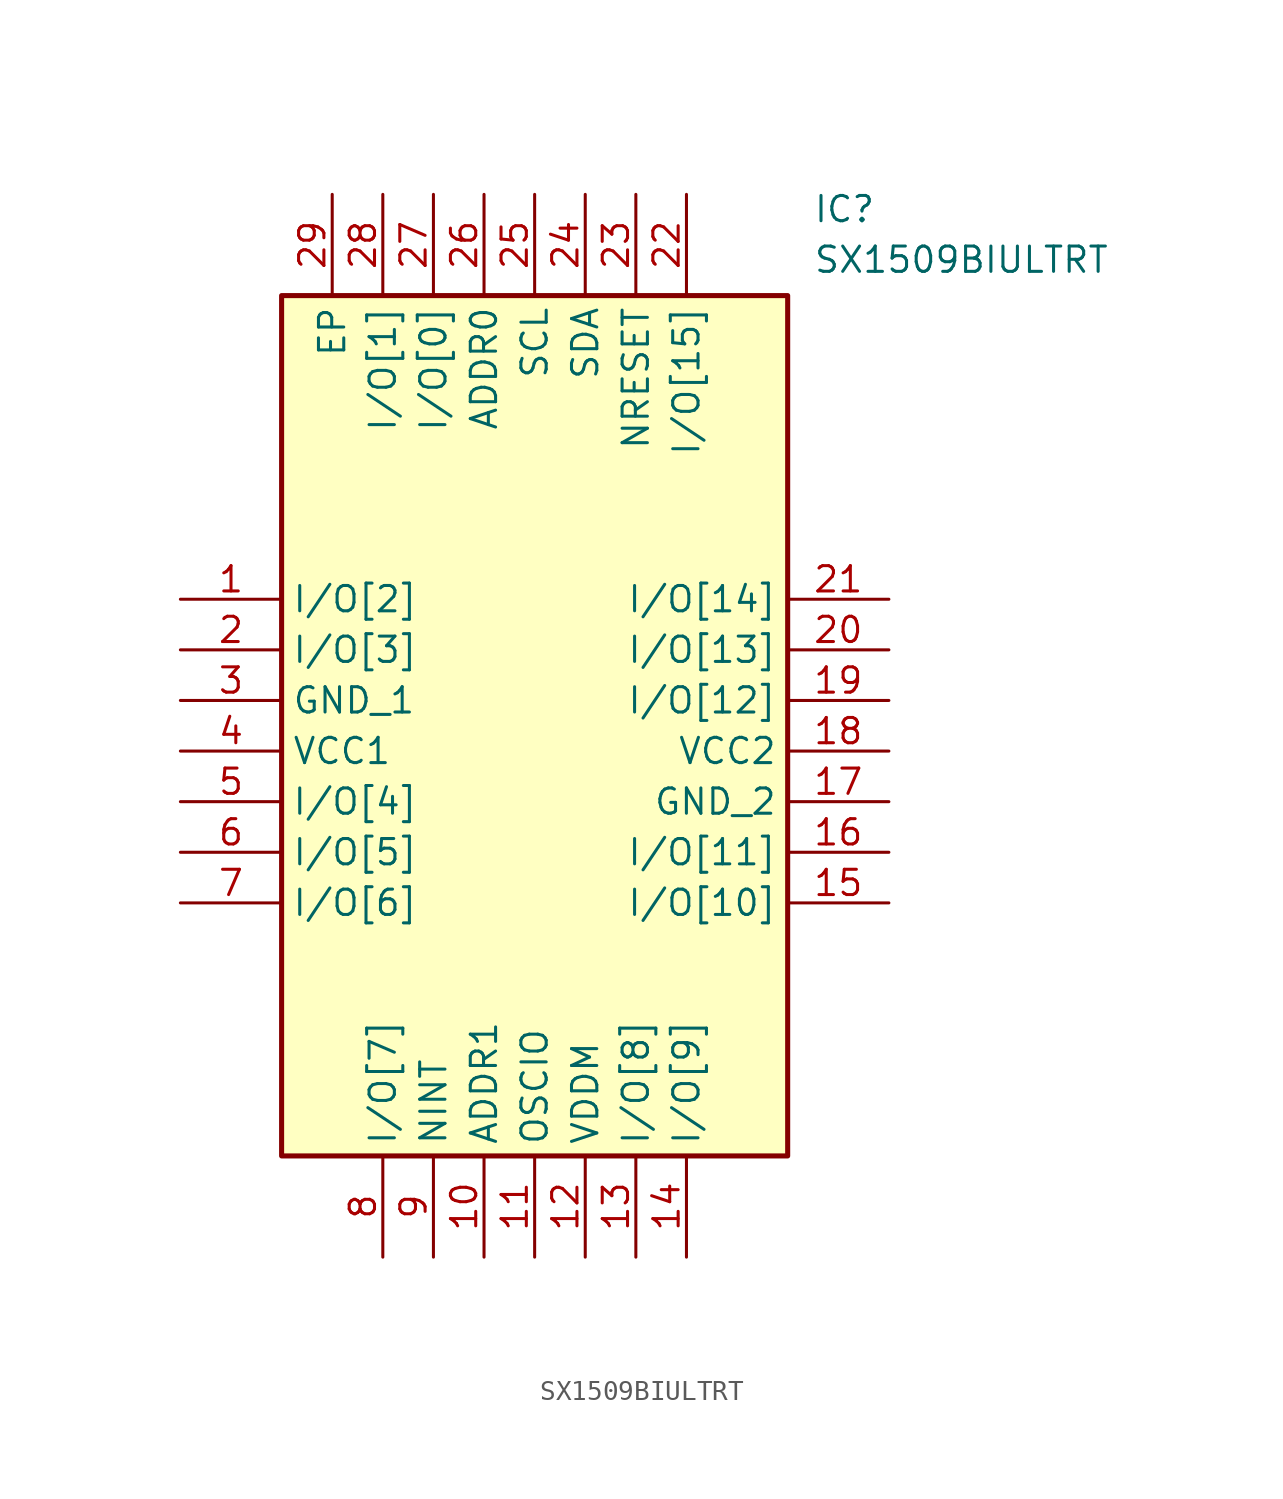
<source format=kicad_sym>
(kicad_symbol_lib
  (version 20211014)
  (generator SamacSys_ECAD_Model)
  (symbol "SX1509BIULTRT"
    (property "Reference" "IC"
      (at 31.75 20.32 0)
      (effects (font (size 1.27 1.27)) (justify left top)))
    (property "Value" "SX1509BIULTRT"
      (at 31.75 17.78 0)
      (effects (font (size 1.27 1.27)) (justify left top)))
    (rectangle
      (start 5.08 15.24)
      (end 30.48 -27.94)
      (stroke (width 0.254) (type default))
      (fill (type background)))
    (pin passive line
      (at 0 0 0)
      (length 5.08)
      (name "I/O[2]" (effects (font (size 1.27 1.27))))
      (number "1" (effects (font (size 1.27 1.27)))))
    (pin passive line
      (at 0 -2.54 0)
      (length 5.08)
      (name "I/O[3]" (effects (font (size 1.27 1.27))))
      (number "2" (effects (font (size 1.27 1.27)))))
    (pin passive line
      (at 0 -5.08 0)
      (length 5.08)
      (name "GND_1" (effects (font (size 1.27 1.27))))
      (number "3" (effects (font (size 1.27 1.27)))))
    (pin passive line
      (at 0 -7.62 0)
      (length 5.08)
      (name "VCC1" (effects (font (size 1.27 1.27))))
      (number "4" (effects (font (size 1.27 1.27)))))
    (pin passive line
      (at 0 -10.16 0)
      (length 5.08)
      (name "I/O[4]" (effects (font (size 1.27 1.27))))
      (number "5" (effects (font (size 1.27 1.27)))))
    (pin passive line
      (at 0 -12.7 0)
      (length 5.08)
      (name "I/O[5]" (effects (font (size 1.27 1.27))))
      (number "6" (effects (font (size 1.27 1.27)))))
    (pin passive line
      (at 0 -15.24 0)
      (length 5.08)
      (name "I/O[6]" (effects (font (size 1.27 1.27))))
      (number "7" (effects (font (size 1.27 1.27)))))
    (pin passive line
      (at 10.16 -33.02 90)
      (length 5.08)
      (name "I/O[7]" (effects (font (size 1.27 1.27))))
      (number "8" (effects (font (size 1.27 1.27)))))
    (pin passive line
      (at 12.7 -33.02 90)
      (length 5.08)
      (name "NINT" (effects (font (size 1.27 1.27))))
      (number "9" (effects (font (size 1.27 1.27)))))
    (pin passive line
      (at 15.24 -33.02 90)
      (length 5.08)
      (name "ADDR1" (effects (font (size 1.27 1.27))))
      (number "10" (effects (font (size 1.27 1.27)))))
    (pin passive line
      (at 17.78 -33.02 90)
      (length 5.08)
      (name "OSCIO" (effects (font (size 1.27 1.27))))
      (number "11" (effects (font (size 1.27 1.27)))))
    (pin passive line
      (at 20.32 -33.02 90)
      (length 5.08)
      (name "VDDM" (effects (font (size 1.27 1.27))))
      (number "12" (effects (font (size 1.27 1.27)))))
    (pin passive line
      (at 22.86 -33.02 90)
      (length 5.08)
      (name "I/O[8]" (effects (font (size 1.27 1.27))))
      (number "13" (effects (font (size 1.27 1.27)))))
    (pin passive line
      (at 25.4 -33.02 90)
      (length 5.08)
      (name "I/O[9]" (effects (font (size 1.27 1.27))))
      (number "14" (effects (font (size 1.27 1.27)))))
    (pin passive line
      (at 35.56 0 180)
      (length 5.08)
      (name "I/O[14]" (effects (font (size 1.27 1.27))))
      (number "21" (effects (font (size 1.27 1.27)))))
    (pin passive line
      (at 35.56 -2.54 180)
      (length 5.08)
      (name "I/O[13]" (effects (font (size 1.27 1.27))))
      (number "20" (effects (font (size 1.27 1.27)))))
    (pin passive line
      (at 35.56 -5.08 180)
      (length 5.08)
      (name "I/O[12]" (effects (font (size 1.27 1.27))))
      (number "19" (effects (font (size 1.27 1.27)))))
    (pin passive line
      (at 35.56 -7.62 180)
      (length 5.08)
      (name "VCC2" (effects (font (size 1.27 1.27))))
      (number "18" (effects (font (size 1.27 1.27)))))
    (pin passive line
      (at 35.56 -10.16 180)
      (length 5.08)
      (name "GND_2" (effects (font (size 1.27 1.27))))
      (number "17" (effects (font (size 1.27 1.27)))))
    (pin passive line
      (at 35.56 -12.7 180)
      (length 5.08)
      (name "I/O[11]" (effects (font (size 1.27 1.27))))
      (number "16" (effects (font (size 1.27 1.27)))))
    (pin passive line
      (at 35.56 -15.24 180)
      (length 5.08)
      (name "I/O[10]" (effects (font (size 1.27 1.27))))
      (number "15" (effects (font (size 1.27 1.27)))))
    (pin passive line
      (at 7.62 20.32 270)
      (length 5.08)
      (name "EP" (effects (font (size 1.27 1.27))))
      (number "29" (effects (font (size 1.27 1.27)))))
    (pin passive line
      (at 10.16 20.32 270)
      (length 5.08)
      (name "I/O[1]" (effects (font (size 1.27 1.27))))
      (number "28" (effects (font (size 1.27 1.27)))))
    (pin passive line
      (at 12.7 20.32 270)
      (length 5.08)
      (name "I/O[0]" (effects (font (size 1.27 1.27))))
      (number "27" (effects (font (size 1.27 1.27)))))
    (pin passive line
      (at 15.24 20.32 270)
      (length 5.08)
      (name "ADDR0" (effects (font (size 1.27 1.27))))
      (number "26" (effects (font (size 1.27 1.27)))))
    (pin passive line
      (at 17.78 20.32 270)
      (length 5.08)
      (name "SCL" (effects (font (size 1.27 1.27))))
      (number "25" (effects (font (size 1.27 1.27)))))
    (pin passive line
      (at 20.32 20.32 270)
      (length 5.08)
      (name "SDA" (effects (font (size 1.27 1.27))))
      (number "24" (effects (font (size 1.27 1.27)))))
    (pin passive line
      (at 22.86 20.32 270)
      (length 5.08)
      (name "NRESET" (effects (font (size 1.27 1.27))))
      (number "23" (effects (font (size 1.27 1.27)))))
    (pin passive line
      (at 25.4 20.32 270)
      (length 5.08)
      (name "I/O[15]" (effects (font (size 1.27 1.27))))
      (number "22" (effects (font (size 1.27 1.27)))))))
</source>
